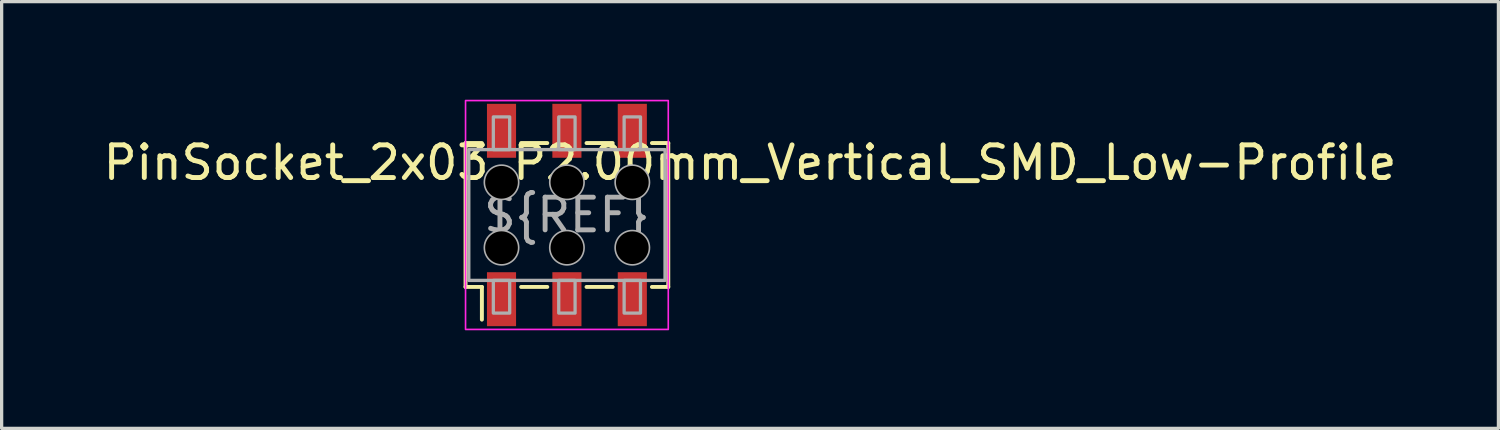
<source format=kicad_pcb>
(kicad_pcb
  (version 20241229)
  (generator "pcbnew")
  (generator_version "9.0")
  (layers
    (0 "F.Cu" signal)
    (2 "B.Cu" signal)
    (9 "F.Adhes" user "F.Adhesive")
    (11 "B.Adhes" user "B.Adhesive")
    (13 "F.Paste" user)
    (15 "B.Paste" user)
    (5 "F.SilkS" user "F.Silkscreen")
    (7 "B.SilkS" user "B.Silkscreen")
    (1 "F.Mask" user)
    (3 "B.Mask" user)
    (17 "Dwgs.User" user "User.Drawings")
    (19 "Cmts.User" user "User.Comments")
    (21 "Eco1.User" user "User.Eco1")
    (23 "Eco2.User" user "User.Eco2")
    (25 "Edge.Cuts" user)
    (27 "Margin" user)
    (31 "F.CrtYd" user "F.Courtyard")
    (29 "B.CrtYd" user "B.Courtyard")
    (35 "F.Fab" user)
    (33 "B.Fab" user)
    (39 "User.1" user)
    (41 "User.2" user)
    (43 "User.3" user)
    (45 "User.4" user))
  (footprint "PinSocket_2x03_P2.00mm_Vertical_SMD_Low-Profile"
    (layer "F.Cu")
    (at 14.287 3.525)
    (property "Reference" "PinSocket_2x03_P2.00mm_Vertical_SMD_Low-Profile" (at 5.6 -1.6 0) (unlocked yes) (layer "F.SilkS") (effects (font (size 1 1) (thickness 0.15))))
    (fp_line (start -3.1 -2.2) (end -2.6 -2.2) (stroke (width 0.12) (type solid)) (layer "F.SilkS"))
    (fp_line (start -3.1 2.2) (end -3.1 -2.2) (stroke (width 0.12) (type solid)) (layer "F.SilkS"))
    (fp_line (start -2.6 2.2) (end -3.1 2.2) (stroke (width 0.12) (type solid)) (layer "F.SilkS"))
    (fp_line (start -2.6 3.2) (end -2.6 2.2) (stroke (width 0.12) (type solid)) (layer "F.SilkS"))
    (fp_line (start -1.4 -2.2) (end -0.6 -2.2) (stroke (width 0.12) (type solid)) (layer "F.SilkS"))
    (fp_line (start -1.4 2.2) (end -0.6 2.2) (stroke (width 0.12) (type solid)) (layer "F.SilkS"))
    (fp_line (start 0.6 -2.2) (end 1.4 -2.2) (stroke (width 0.12) (type solid)) (layer "F.SilkS"))
    (fp_line (start 0.6 2.2) (end 1.4 2.2) (stroke (width 0.12) (type solid)) (layer "F.SilkS"))
    (fp_line (start 2.6 -2.2) (end 3.1 -2.2) (stroke (width 0.12) (type solid)) (layer "F.SilkS"))
    (fp_line (start 3.1 -2.2) (end 3.1 2.2) (stroke (width 0.12) (type solid)) (layer "F.SilkS"))
    (fp_line (start 3.1 2.2) (end 2.6 2.2) (stroke (width 0.12) (type solid)) (layer "F.SilkS"))
    (fp_rect (start -3.1 -3.5) (end 3.1 3.5) (stroke (width 0.05) (type solid)) (fill no) (layer "F.CrtYd"))
    (fp_rect (start -3 -2) (end 3 2) (stroke (width 0.1) (type solid)) (fill no) (layer "F.Fab"))
    (fp_rect (start -2.25 -2) (end -1.75 -3) (stroke (width 0.1) (type solid)) (fill no) (layer "F.Fab"))
    (fp_rect (start -2.25 2) (end -1.75 3) (stroke (width 0.1) (type solid)) (fill no) (layer "F.Fab"))
    (fp_rect (start -0.25 -2) (end 0.25 -3) (stroke (width 0.1) (type solid)) (fill no) (layer "F.Fab"))
    (fp_rect (start -0.25 2) (end 0.25 3) (stroke (width 0.1) (type solid)) (fill no) (layer "F.Fab"))
    (fp_rect (start 1.75 -2) (end 2.25 -3) (stroke (width 0.1) (type solid)) (fill no) (layer "F.Fab"))
    (fp_rect (start 1.75 2) (end 2.25 3) (stroke (width 0.1) (type solid)) (fill no) (layer "F.Fab"))
    (fp_circle (center -2 -1) (end -1.5 -1) (stroke (width 0.1) (type solid)) (fill no) (layer "F.Fab"))
    (fp_circle (center -2 1) (end -1.5 1) (stroke (width 0.1) (type solid)) (fill no) (layer "F.Fab"))
    (fp_circle (center 0 -1) (end 0.5 -1) (stroke (width 0.1) (type solid)) (fill no) (layer "F.Fab"))
    (fp_circle (center 0 1) (end -0.5 1) (stroke (width 0.1) (type solid)) (fill no) (layer "F.Fab"))
    (fp_circle (center 2 -1) (end 1.5 -1) (stroke (width 0.1) (type solid)) (fill no) (layer "F.Fab"))
    (fp_circle (center 2 1) (end 1.5 1) (stroke (width 0.1) (type solid)) (fill no) (layer "F.Fab"))
    (fp_text user "${REF}" (at 0 0 0) (unlocked yes) (layer "F.Fab") (effects (font (size 1 1) (thickness 0.15))))
    (pad "" np_thru_hole circle (at -2 -1) (size 1 1) (drill 1) (layers "*.Mask"))
    (pad "" np_thru_hole circle (at -2 1) (size 1 1) (drill 1) (layers "*.Mask"))
    (pad "" np_thru_hole circle (at 0 -1) (size 1 1) (drill 1) (layers "*.Mask"))
    (pad "" np_thru_hole circle (at 0 1) (size 1 1) (drill 1) (layers "*.Mask"))
    (pad "" np_thru_hole circle (at 2 -1) (size 1 1) (drill 1) (layers "*.Mask"))
    (pad "" np_thru_hole circle (at 2 1) (size 1 1) (drill 1) (layers "*.Mask"))
    (pad "1" smd rect (at -2 2.575) (size 0.89 1.65) (layers "F.Cu" "F.Mask" "F.Paste"))
    (pad "2" smd rect (at -2 -2.575) (size 0.89 1.65) (layers "F.Cu" "F.Mask" "F.Paste"))
    (pad "3" smd rect (at 0 2.575) (size 0.89 1.65) (layers "F.Cu" "F.Mask" "F.Paste"))
    (pad "4" smd rect (at 0 -2.575) (size 0.89 1.65) (layers "F.Cu" "F.Mask" "F.Paste"))
    (pad "5" smd rect (at 2 2.575) (size 0.89 1.65) (layers "F.Cu" "F.Mask" "F.Paste"))
    (pad "6" smd rect (at 2 -2.575) (size 0.89 1.65) (layers "F.Cu" "F.Mask" "F.Paste")))
  (gr_rect
    (start -3 -3)
    (end 42.774 10.05)
    (stroke (width 0.1) (type default))
    (fill no)
    (layer "Edge.Cuts")))
</source>
